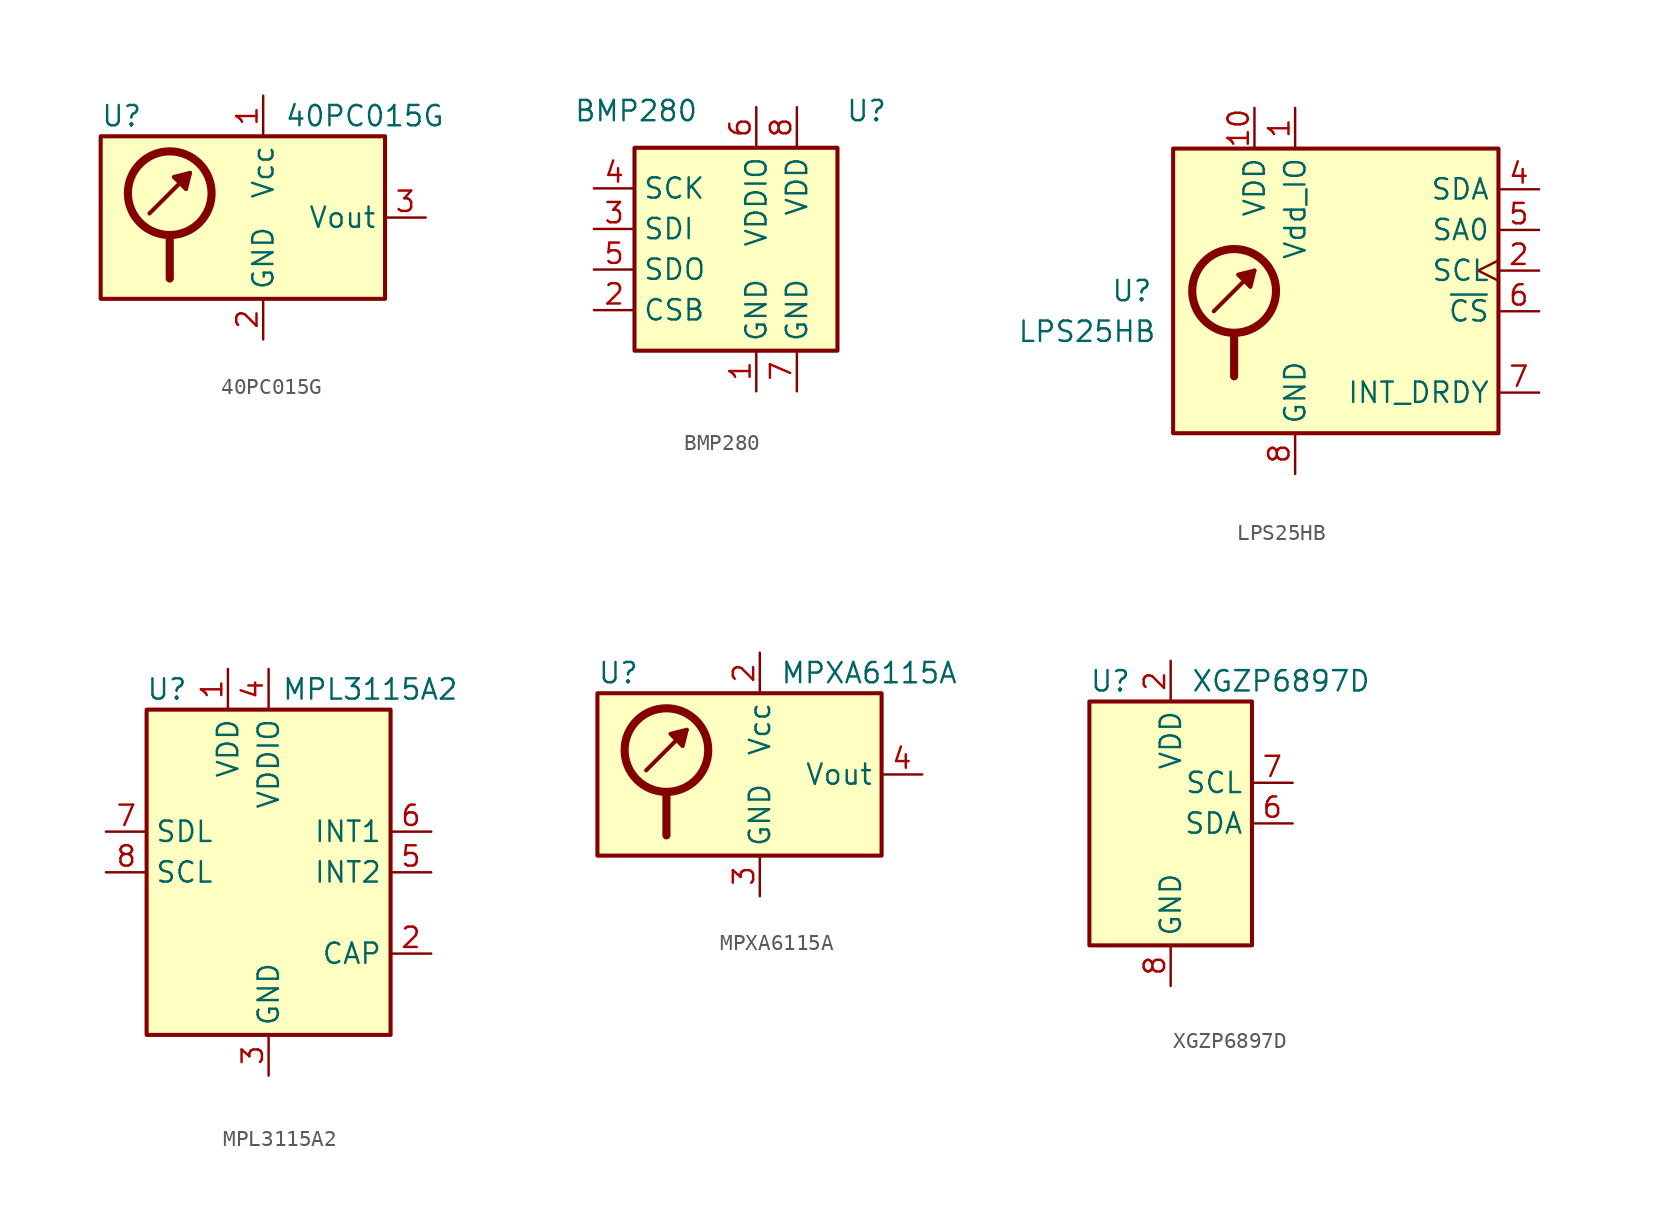
<source format=kicad_sym>
(kicad_symbol_lib
  (version 20231120)
  (generator "kicad_symbol_editor")
  (generator_version "8.0")
  (symbol "40PC015G"
    (property "Reference" "U"
      (at -10.16 6.35 0)
      (effects (font (size 1.27 1.27)) (justify left)))
    (property "Value" "40PC015G"
      (at 6.35 6.35 0)
      (effects (font (size 1.27 1.27))))
    (symbol "40PC015G_0_1"
      (circle (center -5.842 1.524) (radius 2.616) (stroke (width 0.508) (type default)) (fill (type none)))
      (polyline (pts (xy -7.112 0.254) (xy -4.572 2.794)) (stroke (width 0.254) (type default)) (fill (type none)))
      (polyline (pts (xy -5.842 -1.27) (xy -5.842 -3.81)) (stroke (width 0.508) (type default)) (fill (type none)))
      (polyline (pts (xy -4.572 2.794) (xy -4.826 1.778) (xy -5.588 2.54) (xy -4.572 2.794)) (stroke (width 0.254) (type default)) (fill (type outline)))
      (rectangle (start 7.62 5.08) (end -10.16 -5.08) (stroke (width 0.254) (type default)) (fill (type background))))
    (symbol "40PC015G_1_1"
      (pin power_in line (at 0 7.62 270) (length 2.54) (name "Vcc" (effects (font (size 1.27 1.27)))) (number "1" (effects (font (size 1.27 1.27)))))
      (pin power_in line (at 0 -7.62 90) (length 2.54) (name "GND" (effects (font (size 1.27 1.27)))) (number "2" (effects (font (size 1.27 1.27)))))
      (pin output line (at 10.16 0 180) (length 2.54) (name "Vout" (effects (font (size 1.27 1.27)))) (number "3" (effects (font (size 1.27 1.27)))))
      (pin no_connect line (at -7.62 -5.08 90) (length 2.54) hide (name "NC" (effects (font (size 1.27 1.27)))) (number "4" (effects (font (size 1.27 1.27)))))
      (pin no_connect line (at -5.08 -5.08 90) (length 2.54) hide (name "NC" (effects (font (size 1.27 1.27)))) (number "5" (effects (font (size 1.27 1.27)))))
      (pin no_connect line (at -2.54 -5.08 90) (length 2.54) hide (name "NC" (effects (font (size 1.27 1.27)))) (number "6" (effects (font (size 1.27 1.27)))))))
  (symbol "BMP280"
    (property "Reference" "U"
      (at 5.588 10.668 0)
      (effects (font (size 1.27 1.27)) (justify left top)))
    (property "Value" "BMP280"
      (at -11.43 10.668 0)
      (effects (font (size 1.27 1.27)) (justify left top)))
    (symbol "BMP280_0_1"
      (rectangle (start -7.62 -5.08) (end 5.08 7.62) (stroke (width 0.254) (type default)) (fill (type background))))
    (symbol "BMP280_1_1"
      (pin power_in line (at 0 -7.62 90) (length 2.54) (name "GND" (effects (font (size 1.27 1.27)))) (number "1" (effects (font (size 1.27 1.27)))))
      (pin input line (at -10.16 -2.54 0) (length 2.54) (name "CSB" (effects (font (size 1.27 1.27)))) (number "2" (effects (font (size 1.27 1.27)))))
      (pin bidirectional line (at -10.16 2.54 0) (length 2.54) (name "SDI" (effects (font (size 1.27 1.27)))) (number "3" (effects (font (size 1.27 1.27)))))
      (pin input line (at -10.16 5.08 0) (length 2.54) (name "SCK" (effects (font (size 1.27 1.27)))) (number "4" (effects (font (size 1.27 1.27)))))
      (pin bidirectional line (at -10.16 0 0) (length 2.54) (name "SDO" (effects (font (size 1.27 1.27)))) (number "5" (effects (font (size 1.27 1.27)))))
      (pin power_in line (at 0 10.16 270) (length 2.54) (name "VDDIO" (effects (font (size 1.27 1.27)))) (number "6" (effects (font (size 1.27 1.27)))))
      (pin power_in line (at 2.54 -7.62 90) (length 2.54) (name "GND" (effects (font (size 1.27 1.27)))) (number "7" (effects (font (size 1.27 1.27)))))
      (pin power_in line (at 2.54 10.16 270) (length 2.54) (name "VDD" (effects (font (size 1.27 1.27)))) (number "8" (effects (font (size 1.27 1.27)))))))
  (symbol "LPS25HB"
    (property "Reference" "U"
      (at -11.43 1.27 0)
      (effects (font (size 1.27 1.27)) (justify right)))
    (property "Value" "LPS25HB"
      (at -11.176 -1.27 0)
      (effects (font (size 1.27 1.27)) (justify right)))
    (symbol "LPS25HB_0_1"
      (rectangle (start -10.16 10.16) (end 10.16 -7.62) (stroke (width 0.254) (type default)) (fill (type background)))
      (circle (center -6.35 1.27) (radius 2.616) (stroke (width 0.508) (type default)) (fill (type none)))
      (polyline (pts (xy -7.62 0) (xy -5.08 2.54)) (stroke (width 0.254) (type default)) (fill (type none)))
      (polyline (pts (xy -6.35 -1.524) (xy -6.35 -4.064)) (stroke (width 0.508) (type default)) (fill (type none)))
      (polyline (pts (xy -5.08 2.54) (xy -5.334 1.524) (xy -6.096 2.286) (xy -5.08 2.54)) (stroke (width 0.254) (type default)) (fill (type outline))))
    (symbol "LPS25HB_1_1"
      (pin power_in line (at -2.54 12.7 270) (length 2.54) (name "Vdd_IO" (effects (font (size 1.27 1.27)))) (number "1" (effects (font (size 1.27 1.27)))))
      (pin power_in line (at -5.08 12.7 270) (length 2.54) (name "VDD" (effects (font (size 1.27 1.27)))) (number "10" (effects (font (size 1.27 1.27)))))
      (pin input clock (at 12.7 2.54 180) (length 2.54) (name "SCL" (effects (font (size 1.27 1.27)))) (number "2" (effects (font (size 1.27 1.27)))) (alternate "SPC" input clock))
      (pin passive line (at -2.54 -10.16 90) (length 2.54) hide (name "GND" (effects (font (size 1.27 1.27)))) (number "3" (effects (font (size 1.27 1.27)))))
      (pin bidirectional line (at 12.7 7.62 180) (length 2.54) (name "SDA" (effects (font (size 1.27 1.27)))) (number "4" (effects (font (size 1.27 1.27)))) (alternate "SDI" input line) (alternate "SDI/SDO" bidirectional line))
      (pin input line (at 12.7 5.08 180) (length 2.54) (name "SA0" (effects (font (size 1.27 1.27)))) (number "5" (effects (font (size 1.27 1.27)))) (alternate "SDO" output line))
      (pin input line (at 12.7 0 180) (length 2.54) (name "~{CS}" (effects (font (size 1.27 1.27)))) (number "6" (effects (font (size 1.27 1.27)))))
      (pin output line (at 12.7 -5.08 180) (length 2.54) (name "INT_DRDY" (effects (font (size 1.27 1.27)))) (number "7" (effects (font (size 1.27 1.27)))))
      (pin power_in line (at -2.54 -10.16 90) (length 2.54) (name "GND" (effects (font (size 1.27 1.27)))) (number "8" (effects (font (size 1.27 1.27)))))
      (pin passive line (at -2.54 -10.16 90) (length 2.54) hide (name "GND" (effects (font (size 1.27 1.27)))) (number "9" (effects (font (size 1.27 1.27)))))))
  (symbol "MPL3115A2"
    (property "Reference" "U"
      (at -6.35 11.43 0)
      (effects (font (size 1.27 1.27))))
    (property "Value" "MPL3115A2"
      (at 6.35 11.43 0)
      (effects (font (size 1.27 1.27))))
    (symbol "MPL3115A2_0_1"
      (rectangle (start 7.62 10.16) (end -7.62 -10.16) (stroke (width 0.254) (type default)) (fill (type background))))
    (symbol "MPL3115A2_1_1"
      (pin power_in line (at -2.54 12.7 270) (length 2.54) (name "VDD" (effects (font (size 1.27 1.27)))) (number "1" (effects (font (size 1.27 1.27)))))
      (pin passive line (at 10.16 -5.08 180) (length 2.54) (name "CAP" (effects (font (size 1.27 1.27)))) (number "2" (effects (font (size 1.27 1.27)))))
      (pin power_in line (at 0 -12.7 90) (length 2.54) (name "GND" (effects (font (size 1.27 1.27)))) (number "3" (effects (font (size 1.27 1.27)))))
      (pin power_in line (at 0 12.7 270) (length 2.54) (name "VDDIO" (effects (font (size 1.27 1.27)))) (number "4" (effects (font (size 1.27 1.27)))))
      (pin open_collector line (at 10.16 0 180) (length 2.54) (name "INT2" (effects (font (size 1.27 1.27)))) (number "5" (effects (font (size 1.27 1.27)))))
      (pin open_collector line (at 10.16 2.54 180) (length 2.54) (name "INT1" (effects (font (size 1.27 1.27)))) (number "6" (effects (font (size 1.27 1.27)))))
      (pin bidirectional line (at -10.16 2.54 0) (length 2.54) (name "SDL" (effects (font (size 1.27 1.27)))) (number "7" (effects (font (size 1.27 1.27)))))
      (pin input line (at -10.16 0 0) (length 2.54) (name "SCL" (effects (font (size 1.27 1.27)))) (number "8" (effects (font (size 1.27 1.27)))))))
  (symbol "MPXA6115A"
    (property "Reference" "U"
      (at -10.16 6.35 0)
      (effects (font (size 1.27 1.27)) (justify left)))
    (property "Value" "MPXA6115A"
      (at 1.27 6.35 0)
      (effects (font (size 1.27 1.27)) (justify left)))
    (symbol "MPXA6115A_0_1"
      (circle (center -5.842 1.524) (radius 2.616) (stroke (width 0.508) (type default)) (fill (type none)))
      (polyline (pts (xy -7.112 0.254) (xy -4.572 2.794)) (stroke (width 0.254) (type default)) (fill (type none)))
      (polyline (pts (xy -5.842 -1.27) (xy -5.842 -3.81)) (stroke (width 0.508) (type default)) (fill (type none)))
      (polyline (pts (xy -4.572 2.794) (xy -4.826 1.778) (xy -5.588 2.54) (xy -4.572 2.794)) (stroke (width 0.254) (type default)) (fill (type outline)))
      (rectangle (start 7.62 5.08) (end -10.16 -5.08) (stroke (width 0.254) (type default)) (fill (type background))))
    (symbol "MPXA6115A_1_1"
      (pin no_connect line (at 5.08 -5.08 90) (length 2.54) hide (name "NC" (effects (font (size 1.27 1.27)))) (number "1" (effects (font (size 1.27 1.27)))))
      (pin power_in line (at 0 7.62 270) (length 2.54) (name "Vcc" (effects (font (size 1.27 1.27)))) (number "2" (effects (font (size 1.27 1.27)))))
      (pin power_in line (at 0 -7.62 90) (length 2.54) (name "GND" (effects (font (size 1.27 1.27)))) (number "3" (effects (font (size 1.27 1.27)))))
      (pin output line (at 10.16 0 180) (length 2.54) (name "Vout" (effects (font (size 1.27 1.27)))) (number "4" (effects (font (size 1.27 1.27)))))
      (pin no_connect line (at -7.62 -5.08 90) (length 2.54) hide (name "NC" (effects (font (size 1.27 1.27)))) (number "5" (effects (font (size 1.27 1.27)))))
      (pin no_connect line (at -5.08 -5.08 90) (length 2.54) hide (name "NC" (effects (font (size 1.27 1.27)))) (number "6" (effects (font (size 1.27 1.27)))))
      (pin no_connect line (at -2.54 -5.08 90) (length 2.54) hide (name "NC" (effects (font (size 1.27 1.27)))) (number "7" (effects (font (size 1.27 1.27)))))
      (pin no_connect line (at 2.54 -5.08 90) (length 2.54) hide (name "NC" (effects (font (size 1.27 1.27)))) (number "8" (effects (font (size 1.27 1.27)))))))
  (symbol "XGZP6897D"
    (property "Reference" "U"
      (at -5.08 8.89 0)
      (effects (font (size 1.27 1.27)) (justify left)))
    (property "Value" "XGZP6897D"
      (at 1.27 8.89 0)
      (effects (font (size 1.27 1.27)) (justify left)))
    (symbol "XGZP6897D_0_1"
      (rectangle (start -5.08 7.62) (end 5.08 -7.62) (stroke (width 0.254) (type default)) (fill (type background))))
    (symbol "XGZP6897D_1_0"
      (pin no_connect line (at -5.08 2.54 0) (length 2.54) hide (name "NC" (effects (font (size 1.27 1.27)))) (number "1" (effects (font (size 1.27 1.27)))))
      (pin no_connect line (at -5.08 0 0) (length 2.54) hide (name "NC" (effects (font (size 1.27 1.27)))) (number "3" (effects (font (size 1.27 1.27)))))
      (pin no_connect line (at -5.08 -2.54 0) (length 2.54) hide (name "NC" (effects (font (size 1.27 1.27)))) (number "4" (effects (font (size 1.27 1.27)))))
      (pin no_connect line (at -5.08 -5.08 0) (length 2.54) hide (name "NC" (effects (font (size 1.27 1.27)))) (number "5" (effects (font (size 1.27 1.27))))))
    (symbol "XGZP6897D_1_1"
      (pin power_in line (at 0 10.16 270) (length 2.54) (name "VDD" (effects (font (size 1.27 1.27)))) (number "2" (effects (font (size 1.27 1.27)))))
      (pin bidirectional line (at 7.62 0 180) (length 2.54) (name "SDA" (effects (font (size 1.27 1.27)))) (number "6" (effects (font (size 1.27 1.27)))))
      (pin passive line (at 7.62 2.54 180) (length 2.54) (name "SCL" (effects (font (size 1.27 1.27)))) (number "7" (effects (font (size 1.27 1.27)))))
      (pin power_in line (at 0 -10.16 90) (length 2.54) (name "GND" (effects (font (size 1.27 1.27)))) (number "8" (effects (font (size 1.27 1.27))))))))
</source>
